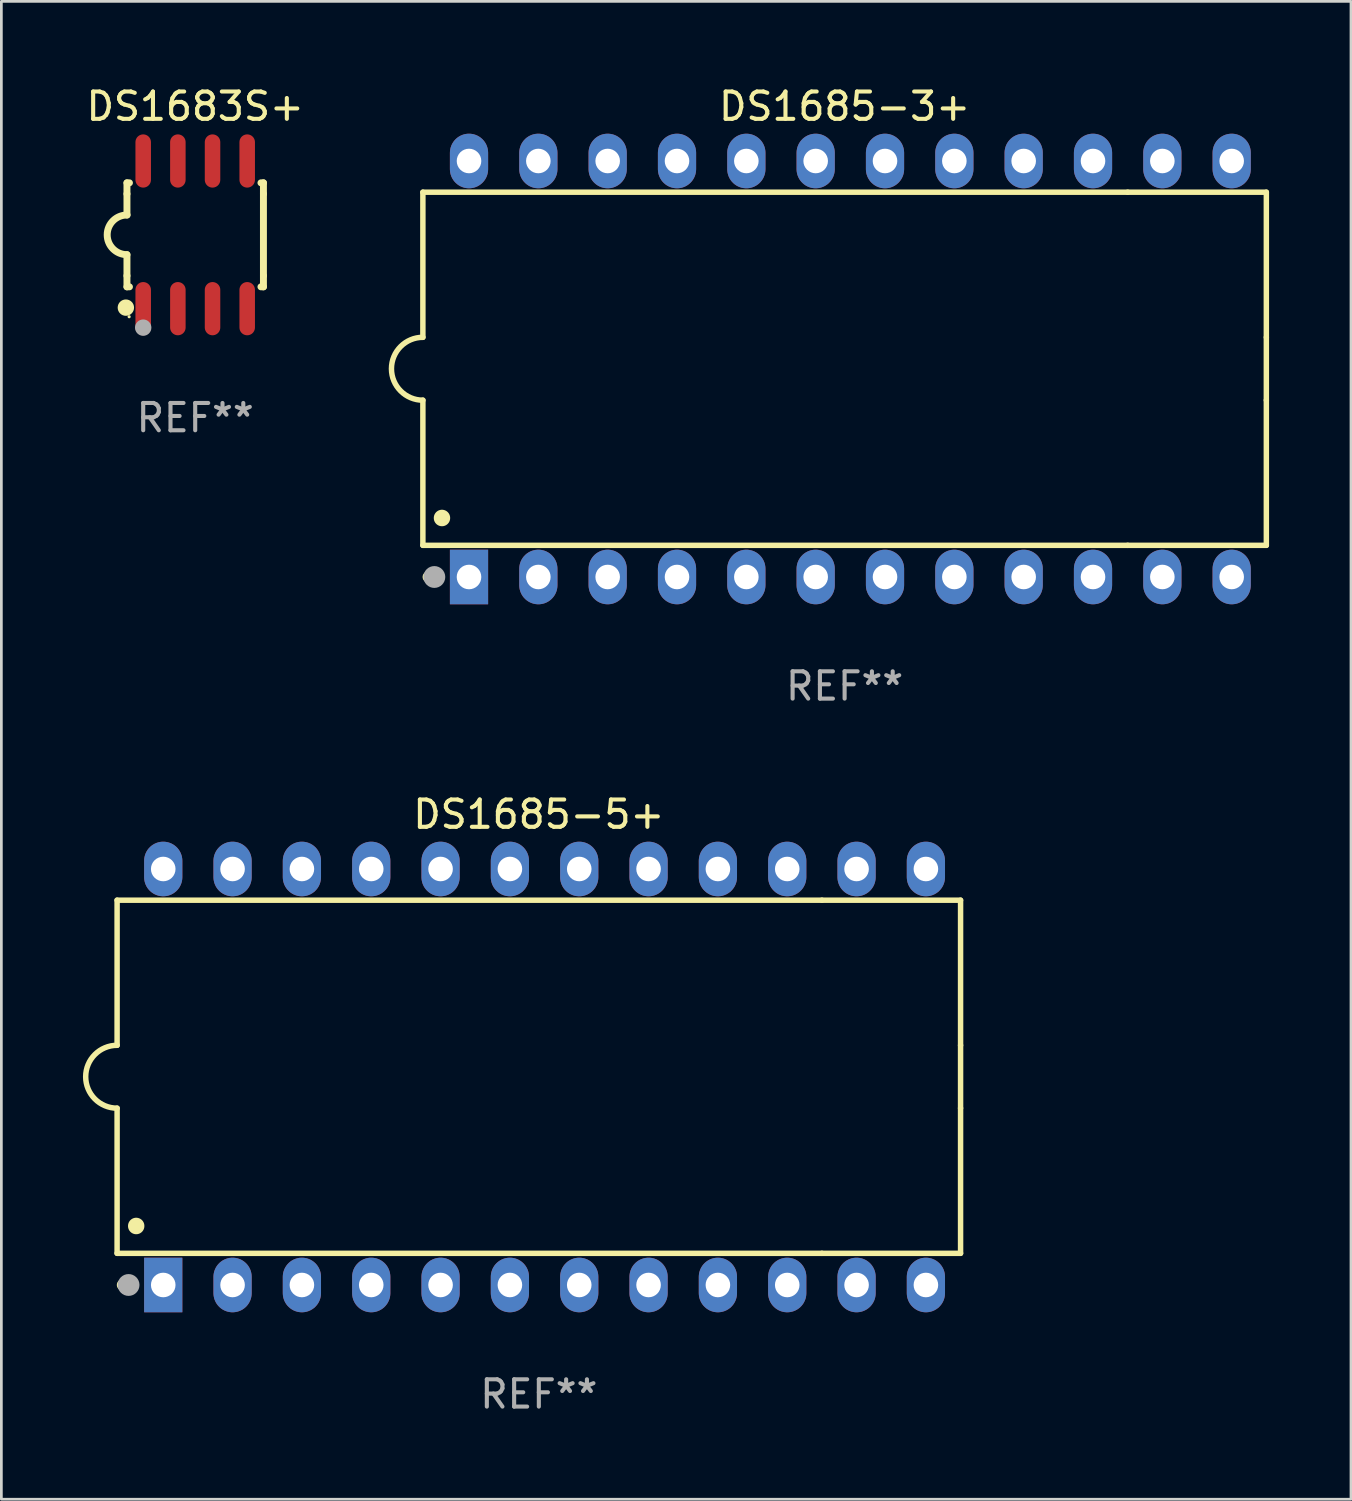
<source format=kicad_pcb>
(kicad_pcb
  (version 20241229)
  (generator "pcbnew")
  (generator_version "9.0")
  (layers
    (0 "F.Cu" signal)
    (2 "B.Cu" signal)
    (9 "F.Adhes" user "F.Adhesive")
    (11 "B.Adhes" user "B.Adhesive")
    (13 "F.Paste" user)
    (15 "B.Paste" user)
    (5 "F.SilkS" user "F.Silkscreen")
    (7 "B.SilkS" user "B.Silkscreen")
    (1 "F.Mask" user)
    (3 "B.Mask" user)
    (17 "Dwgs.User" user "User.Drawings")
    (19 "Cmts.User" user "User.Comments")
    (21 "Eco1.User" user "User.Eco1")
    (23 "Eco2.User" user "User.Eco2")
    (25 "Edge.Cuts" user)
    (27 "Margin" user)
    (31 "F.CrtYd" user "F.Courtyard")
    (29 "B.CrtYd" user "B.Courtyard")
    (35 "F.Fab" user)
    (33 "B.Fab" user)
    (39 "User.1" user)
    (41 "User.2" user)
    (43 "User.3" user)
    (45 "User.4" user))
  (footprint "DS1683S+"
    (layer "F.Cu")
    (at 4.101 5.553)
    (property "Reference" "DS1683S+" (at 0 -4.705 0) (layer "F.SilkS") (effects (font (size 1 1) (thickness 0.15))))
    (attr through_hole)
    (fp_line (start -2.5 -1.905) (end -2.409 -1.905) (stroke (width 0.254) (type solid)) (layer "F.SilkS"))
    (fp_line (start -2.5 -1.5) (end -2.5 -1.905) (stroke (width 0.254) (type solid)) (layer "F.SilkS"))
    (fp_line (start -2.5 -1.5) (end -2.5 -0.726) (stroke (width 0.254) (type solid)) (layer "F.SilkS"))
    (fp_line (start -2.5 1.5) (end -2.5 0.727) (stroke (width 0.254) (type solid)) (layer "F.SilkS"))
    (fp_line (start -2.5 1.5) (end -2.5 1.905) (stroke (width 0.254) (type solid)) (layer "F.SilkS"))
    (fp_line (start -2.5 1.905) (end -2.409 1.905) (stroke (width 0.254) (type solid)) (layer "F.SilkS"))
    (fp_line (start 2.5 -1.905) (end 2.409 -1.905) (stroke (width 0.254) (type solid)) (layer "F.SilkS"))
    (fp_line (start 2.5 -1.5) (end 2.5 -1.905) (stroke (width 0.254) (type solid)) (layer "F.SilkS"))
    (fp_line (start 2.5 -1.5) (end 2.5 1.5) (stroke (width 0.254) (type solid)) (layer "F.SilkS"))
    (fp_line (start 2.5 1.5) (end 2.5 1.905) (stroke (width 0.254) (type solid)) (layer "F.SilkS"))
    (fp_line (start 2.5 1.905) (end 2.409 1.905) (stroke (width 0.254) (type solid)) (layer "F.SilkS"))
    (fp_arc (start -2.5 0.726568) (mid -3.220316 -0.0023) (end -2.495097 -0.726289) (stroke (width 0.254001) (type solid)) (layer "F.SilkS"))
    (fp_circle (center -2.54 2.667) (end -2.39 2.667) (stroke (width 0.3) (type solid)) (fill no) (layer "F.SilkS"))
    (fp_circle (center -2.42 3) (end -2.39 3) (stroke (width 0.06) (type solid)) (fill no) (layer "F.SilkS"))
    (fp_circle (center -1.905 3.4) (end -1.755 3.4) (stroke (width 0.3) (type solid)) (fill no) (layer "F.Fab"))
    (fp_text user "REF**" (at 0 6.705 0) (layer "F.Fab") (effects (font (size 1 1) (thickness 0.15))))
    (pad "1" smd oval (at -1.905 2.705) (size 0.568 1.95) (layers "F.Cu" "F.Mask" "F.Paste"))
    (pad "2" smd oval (at -0.635 2.705) (size 0.568 1.95) (layers "F.Cu" "F.Mask" "F.Paste"))
    (pad "3" smd oval (at 0.635 2.705) (size 0.568 1.95) (layers "F.Cu" "F.Mask" "F.Paste"))
    (pad "4" smd oval (at 1.905 2.705) (size 0.568 1.95) (layers "F.Cu" "F.Mask" "F.Paste"))
    (pad "5" smd oval (at 1.905 -2.705) (size 0.568 1.95) (layers "F.Cu" "F.Mask" "F.Paste"))
    (pad "6" smd oval (at 0.635 -2.705) (size 0.568 1.95) (layers "F.Cu" "F.Mask" "F.Paste"))
    (pad "7" smd oval (at -0.635 -2.705) (size 0.568 1.95) (layers "F.Cu" "F.Mask" "F.Paste"))
    (pad "8" smd oval (at -1.905 -2.705) (size 0.568 1.95) (layers "F.Cu" "F.Mask" "F.Paste")))
  (footprint "DS1685-5+"
    (layer "F.Cu")
    (at 16.69 36.405)
    (property "Reference" "DS1685-5+" (at 0 -9.62 0) (layer "F.SilkS") (effects (font (size 1 1) (thickness 0.15))))
    (attr through_hole)
    (fp_line (start -15.45 -6.477) (end 10.37 -6.477) (stroke (width 0.2) (type solid)) (layer "F.SilkS"))
    (fp_line (start -15.45 -1.16) (end -15.45 -6.477) (stroke (width 0.2) (type solid)) (layer "F.SilkS"))
    (fp_line (start -15.45 6.46) (end -15.45 1.143) (stroke (width 0.2) (type solid)) (layer "F.SilkS"))
    (fp_line (start 10.37 -6.477) (end 15.45 -6.477) (stroke (width 0.2) (type solid)) (layer "F.SilkS"))
    (fp_line (start 10.37 6.46) (end -15.45 6.46) (stroke (width 0.2) (type solid)) (layer "F.SilkS"))
    (fp_line (start 15.45 -6.477) (end 15.45 -1.16) (stroke (width 0.2) (type solid)) (layer "F.SilkS"))
    (fp_line (start 15.45 -1.16) (end 15.45 1.143) (stroke (width 0.2) (type solid)) (layer "F.SilkS"))
    (fp_line (start 15.45 1.143) (end 15.45 6.46) (stroke (width 0.2) (type solid)) (layer "F.SilkS"))
    (fp_line (start 15.45 6.46) (end 10.37 6.46) (stroke (width 0.2) (type solid)) (layer "F.SilkS"))
    (fp_arc (start -15.449136 1.142901) (mid -16.590111 -0.008992) (end -15.449137 -1.160885) (stroke (width 0.2) (type solid)) (layer "F.SilkS"))
    (fp_arc (start -15.259982 7.620676) (mid -15.259992 7.618644) (end -15.259982 7.616612) (stroke (width 0.4) (type solid)) (layer "F.SilkS"))
    (fp_arc (start -14.750635 5.460909) (mid -14.750646 5.458369) (end -14.750635 5.455829) (stroke (width 0.6) (type solid)) (layer "F.SilkS"))
    (fp_circle (center -15.29 7.7) (end -15.26 7.7) (stroke (width 0.06) (type solid)) (fill no) (layer "F.SilkS"))
    (fp_circle (center -15.03 7.62) (end -14.83 7.62) (stroke (width 0.4) (type solid)) (fill no) (layer "F.Fab"))
    (fp_text user "REF**" (at 0 11.62 0) (layer "F.Fab") (effects (font (size 1 1) (thickness 0.15))))
    (pad "1" thru_hole rect (at -13.76 7.62) (size 1.4 2) (drill 0.9) (layers "*.Cu" "*.Mask"))
    (pad "2" thru_hole oval (at -11.22 7.62) (size 1.4 2) (drill 0.9) (layers "*.Cu" "*.Mask"))
    (pad "3" thru_hole oval (at -8.68 7.62) (size 1.4 2) (drill 0.9) (layers "*.Cu" "*.Mask"))
    (pad "4" thru_hole oval (at -6.14 7.62) (size 1.4 2) (drill 0.9) (layers "*.Cu" "*.Mask"))
    (pad "5" thru_hole oval (at -3.6 7.62) (size 1.4 2) (drill 0.9) (layers "*.Cu" "*.Mask"))
    (pad "6" thru_hole oval (at -1.06 7.62) (size 1.4 2) (drill 0.9) (layers "*.Cu" "*.Mask"))
    (pad "7" thru_hole oval (at 1.48 7.62) (size 1.4 2) (drill 0.9) (layers "*.Cu" "*.Mask"))
    (pad "8" thru_hole oval (at 4.02 7.62) (size 1.4 2) (drill 0.9) (layers "*.Cu" "*.Mask"))
    (pad "9" thru_hole oval (at 6.56 7.62) (size 1.4 2) (drill 0.9) (layers "*.Cu" "*.Mask"))
    (pad "10" thru_hole oval (at 9.1 7.62) (size 1.4 2) (drill 0.9) (layers "*.Cu" "*.Mask"))
    (pad "11" thru_hole oval (at 11.64 7.62) (size 1.4 2) (drill 0.9) (layers "*.Cu" "*.Mask"))
    (pad "12" thru_hole oval (at 14.18 7.62) (size 1.4 2) (drill 0.9) (layers "*.Cu" "*.Mask"))
    (pad "13" thru_hole oval (at 14.18 -7.62) (size 1.4 2) (drill 0.9) (layers "*.Cu" "*.Mask"))
    (pad "14" thru_hole oval (at 11.64 -7.62) (size 1.4 2) (drill 0.9) (layers "*.Cu" "*.Mask"))
    (pad "15" thru_hole oval (at 9.1 -7.62) (size 1.4 2) (drill 0.9) (layers "*.Cu" "*.Mask"))
    (pad "16" thru_hole oval (at 6.56 -7.62) (size 1.4 2) (drill 0.9) (layers "*.Cu" "*.Mask"))
    (pad "17" thru_hole oval (at 4.02 -7.62) (size 1.4 2) (drill 0.9) (layers "*.Cu" "*.Mask"))
    (pad "18" thru_hole oval (at 1.48 -7.62) (size 1.4 2) (drill 0.9) (layers "*.Cu" "*.Mask"))
    (pad "19" thru_hole oval (at -1.06 -7.62) (size 1.4 2) (drill 0.9) (layers "*.Cu" "*.Mask"))
    (pad "20" thru_hole oval (at -3.6 -7.62) (size 1.4 2) (drill 0.9) (layers "*.Cu" "*.Mask"))
    (pad "21" thru_hole oval (at -6.14 -7.62) (size 1.4 2) (drill 0.9) (layers "*.Cu" "*.Mask"))
    (pad "22" thru_hole oval (at -8.68 -7.62) (size 1.4 2) (drill 0.9) (layers "*.Cu" "*.Mask"))
    (pad "23" thru_hole oval (at -11.22 -7.62) (size 1.4 2) (drill 0.9) (layers "*.Cu" "*.Mask"))
    (pad "24" thru_hole oval (at -13.76 -7.62) (size 1.4 2) (drill 0.9) (layers "*.Cu" "*.Mask")))
  (footprint "DS1685-3+"
    (layer "F.Cu")
    (at 27.892 10.468)
    (property "Reference" "DS1685-3+" (at 0 -9.62 0) (layer "F.SilkS") (effects (font (size 1 1) (thickness 0.15))))
    (attr through_hole)
    (fp_line (start -15.45 -6.477) (end 10.37 -6.477) (stroke (width 0.2) (type solid)) (layer "F.SilkS"))
    (fp_line (start -15.45 -1.16) (end -15.45 -6.477) (stroke (width 0.2) (type solid)) (layer "F.SilkS"))
    (fp_line (start -15.45 6.46) (end -15.45 1.143) (stroke (width 0.2) (type solid)) (layer "F.SilkS"))
    (fp_line (start 10.37 -6.477) (end 15.45 -6.477) (stroke (width 0.2) (type solid)) (layer "F.SilkS"))
    (fp_line (start 10.37 6.46) (end -15.45 6.46) (stroke (width 0.2) (type solid)) (layer "F.SilkS"))
    (fp_line (start 15.45 -6.477) (end 15.45 -1.16) (stroke (width 0.2) (type solid)) (layer "F.SilkS"))
    (fp_line (start 15.45 -1.16) (end 15.45 1.143) (stroke (width 0.2) (type solid)) (layer "F.SilkS"))
    (fp_line (start 15.45 1.143) (end 15.45 6.46) (stroke (width 0.2) (type solid)) (layer "F.SilkS"))
    (fp_line (start 15.45 6.46) (end 10.37 6.46) (stroke (width 0.2) (type solid)) (layer "F.SilkS"))
    (fp_arc (start -15.449136 1.142901) (mid -16.590111 -0.008992) (end -15.449137 -1.160885) (stroke (width 0.2) (type solid)) (layer "F.SilkS"))
    (fp_arc (start -15.259982 7.620676) (mid -15.259992 7.618644) (end -15.259982 7.616612) (stroke (width 0.4) (type solid)) (layer "F.SilkS"))
    (fp_arc (start -14.750635 5.460909) (mid -14.750646 5.458369) (end -14.750635 5.455829) (stroke (width 0.6) (type solid)) (layer "F.SilkS"))
    (fp_circle (center -15.29 7.7) (end -15.26 7.7) (stroke (width 0.06) (type solid)) (fill no) (layer "F.SilkS"))
    (fp_circle (center -15.03 7.62) (end -14.83 7.62) (stroke (width 0.4) (type solid)) (fill no) (layer "F.Fab"))
    (fp_text user "REF**" (at 0 11.62 0) (layer "F.Fab") (effects (font (size 1 1) (thickness 0.15))))
    (pad "1" thru_hole rect (at -13.76 7.62) (size 1.4 2) (drill 0.9) (layers "*.Cu" "*.Mask"))
    (pad "2" thru_hole oval (at -11.22 7.62) (size 1.4 2) (drill 0.9) (layers "*.Cu" "*.Mask"))
    (pad "3" thru_hole oval (at -8.68 7.62) (size 1.4 2) (drill 0.9) (layers "*.Cu" "*.Mask"))
    (pad "4" thru_hole oval (at -6.14 7.62) (size 1.4 2) (drill 0.9) (layers "*.Cu" "*.Mask"))
    (pad "5" thru_hole oval (at -3.6 7.62) (size 1.4 2) (drill 0.9) (layers "*.Cu" "*.Mask"))
    (pad "6" thru_hole oval (at -1.06 7.62) (size 1.4 2) (drill 0.9) (layers "*.Cu" "*.Mask"))
    (pad "7" thru_hole oval (at 1.48 7.62) (size 1.4 2) (drill 0.9) (layers "*.Cu" "*.Mask"))
    (pad "8" thru_hole oval (at 4.02 7.62) (size 1.4 2) (drill 0.9) (layers "*.Cu" "*.Mask"))
    (pad "9" thru_hole oval (at 6.56 7.62) (size 1.4 2) (drill 0.9) (layers "*.Cu" "*.Mask"))
    (pad "10" thru_hole oval (at 9.1 7.62) (size 1.4 2) (drill 0.9) (layers "*.Cu" "*.Mask"))
    (pad "11" thru_hole oval (at 11.64 7.62) (size 1.4 2) (drill 0.9) (layers "*.Cu" "*.Mask"))
    (pad "12" thru_hole oval (at 14.18 7.62) (size 1.4 2) (drill 0.9) (layers "*.Cu" "*.Mask"))
    (pad "13" thru_hole oval (at 14.18 -7.62) (size 1.4 2) (drill 0.9) (layers "*.Cu" "*.Mask"))
    (pad "14" thru_hole oval (at 11.64 -7.62) (size 1.4 2) (drill 0.9) (layers "*.Cu" "*.Mask"))
    (pad "15" thru_hole oval (at 9.1 -7.62) (size 1.4 2) (drill 0.9) (layers "*.Cu" "*.Mask"))
    (pad "16" thru_hole oval (at 6.56 -7.62) (size 1.4 2) (drill 0.9) (layers "*.Cu" "*.Mask"))
    (pad "17" thru_hole oval (at 4.02 -7.62) (size 1.4 2) (drill 0.9) (layers "*.Cu" "*.Mask"))
    (pad "18" thru_hole oval (at 1.48 -7.62) (size 1.4 2) (drill 0.9) (layers "*.Cu" "*.Mask"))
    (pad "19" thru_hole oval (at -1.06 -7.62) (size 1.4 2) (drill 0.9) (layers "*.Cu" "*.Mask"))
    (pad "20" thru_hole oval (at -3.6 -7.62) (size 1.4 2) (drill 0.9) (layers "*.Cu" "*.Mask"))
    (pad "21" thru_hole oval (at -6.14 -7.62) (size 1.4 2) (drill 0.9) (layers "*.Cu" "*.Mask"))
    (pad "22" thru_hole oval (at -8.68 -7.62) (size 1.4 2) (drill 0.9) (layers "*.Cu" "*.Mask"))
    (pad "23" thru_hole oval (at -11.22 -7.62) (size 1.4 2) (drill 0.9) (layers "*.Cu" "*.Mask"))
    (pad "24" thru_hole oval (at -13.76 -7.62) (size 1.4 2) (drill 0.9) (layers "*.Cu" "*.Mask")))
  (gr_rect
    (start -3 -3)
    (end 46.443 51.873)
    (stroke (width 0.1) (type default))
    (fill no)
    (layer "Edge.Cuts")))
</source>
